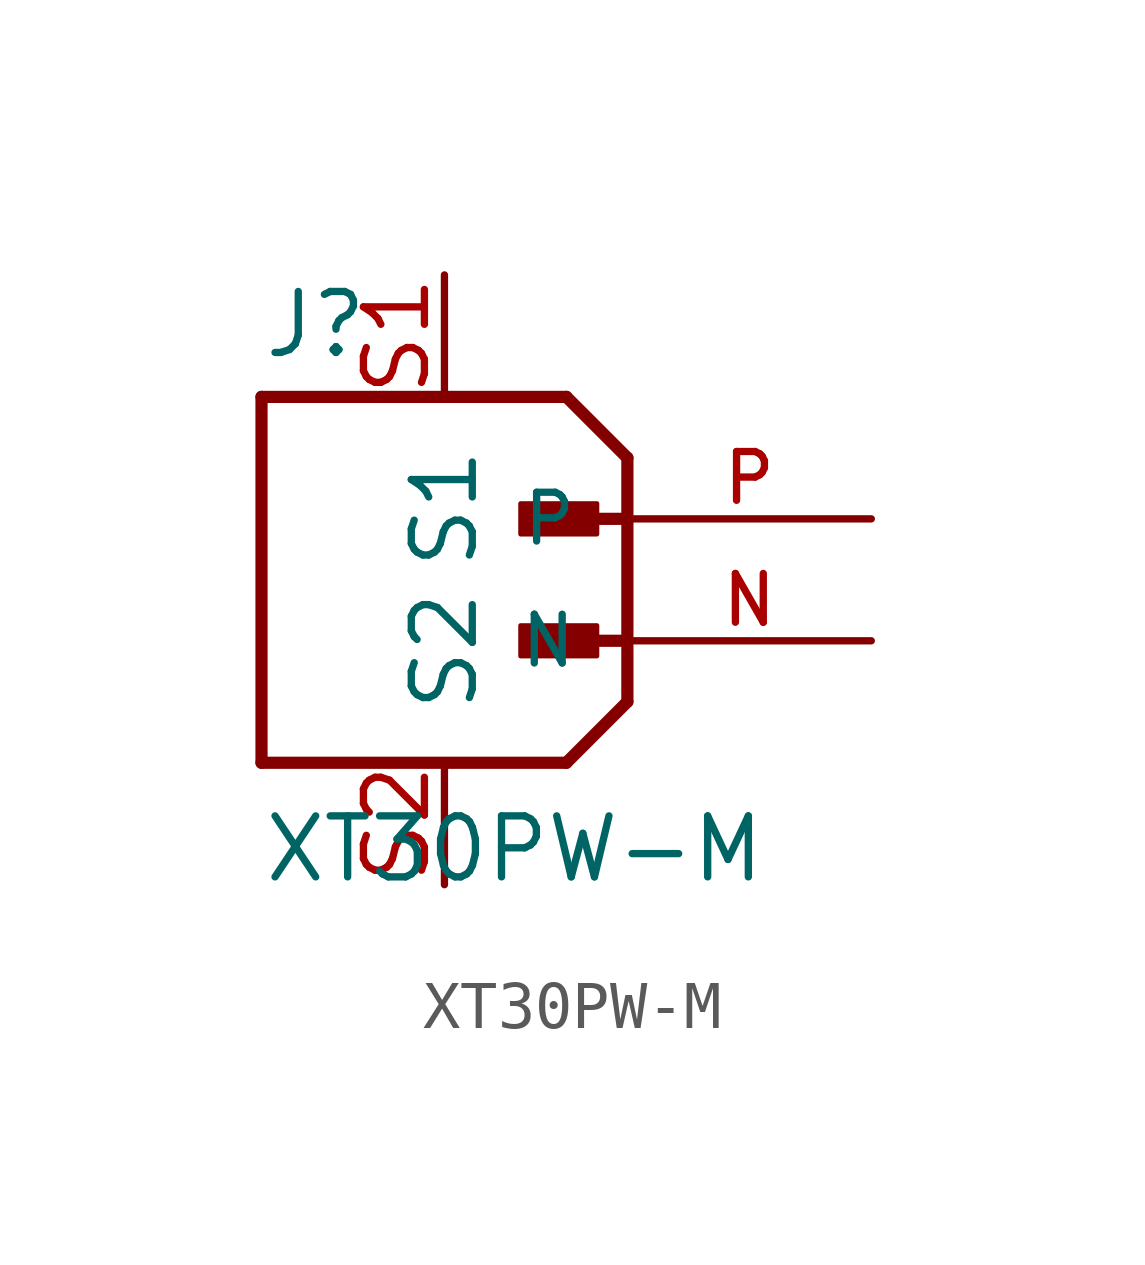
<source format=kicad_sym>
(kicad_symbol_lib
  (version 20231120)
  (generator "kicad_symbol_editor")
  (generator_version "8.0")
  (symbol "XT30PW-M"
    (pin_names
      (offset 1.016))
    (property "Reference" "J"
      (at -7.62 3.302 0)
      (effects (font (size 1.27 1.27)) (justify left bottom)))
    (property "Value" "XT30PW-M"
      (at -7.62 -7.62 0)
      (effects (font (size 1.27 1.27)) (justify left bottom)))
    (symbol "XT30PW-M_0_0"
      (rectangle (start -2.223 -2.857) (end -0.635 -2.223) (stroke (width 0.1) (type default)) (fill (type outline)))
      (rectangle (start -2.223 -0.318) (end -0.635 0.318) (stroke (width 0.1) (type default)) (fill (type outline)))
      (polyline (pts (xy -7.62 -5.08) (xy -7.62 2.54)) (stroke (width 0.254) (type default)) (fill (type none)))
      (polyline (pts (xy -7.62 2.54) (xy -1.27 2.54)) (stroke (width 0.254) (type default)) (fill (type none)))
      (polyline (pts (xy -1.27 -5.08) (xy -7.62 -5.08)) (stroke (width 0.254) (type default)) (fill (type none)))
      (polyline (pts (xy 0 -3.81) (xy -1.27 -5.08)) (stroke (width 0.254) (type default)) (fill (type none)))
      (polyline (pts (xy 0 -2.54) (xy -1.905 -2.54)) (stroke (width 0.254) (type default)) (fill (type none)))
      (polyline (pts (xy 0 0) (xy -1.905 0)) (stroke (width 0.254) (type default)) (fill (type none)))
      (polyline (pts (xy 0 0) (xy 0 -3.81)) (stroke (width 0.254) (type default)) (fill (type none)))
      (polyline (pts (xy 0 1.27) (xy -1.27 2.54)) (stroke (width 0.254) (type default)) (fill (type none)))
      (polyline (pts (xy 0 1.27) (xy 0 0)) (stroke (width 0.254) (type default)) (fill (type none)))
      (pin power_in line (at 5.08 -2.54 180) (length 5.08) (name "N" (effects (font (size 1.016 1.016)))) (number "N" (effects (font (size 1.016 1.016)))))
      (pin power_in line (at 5.08 0 180) (length 5.08) (name "P" (effects (font (size 1.016 1.016)))) (number "P" (effects (font (size 1.016 1.016))))))
    (symbol "XT30PW-M_1_1"
      (pin passive line (at -3.81 5.08 270) (length 2.54) (name "S1" (effects (font (size 1.27 1.27)))) (number "S1" (effects (font (size 1.27 1.27)))))
      (pin passive line (at -3.81 -7.62 90) (length 2.54) (name "S2" (effects (font (size 1.27 1.27)))) (number "S2" (effects (font (size 1.27 1.27))))))))
</source>
